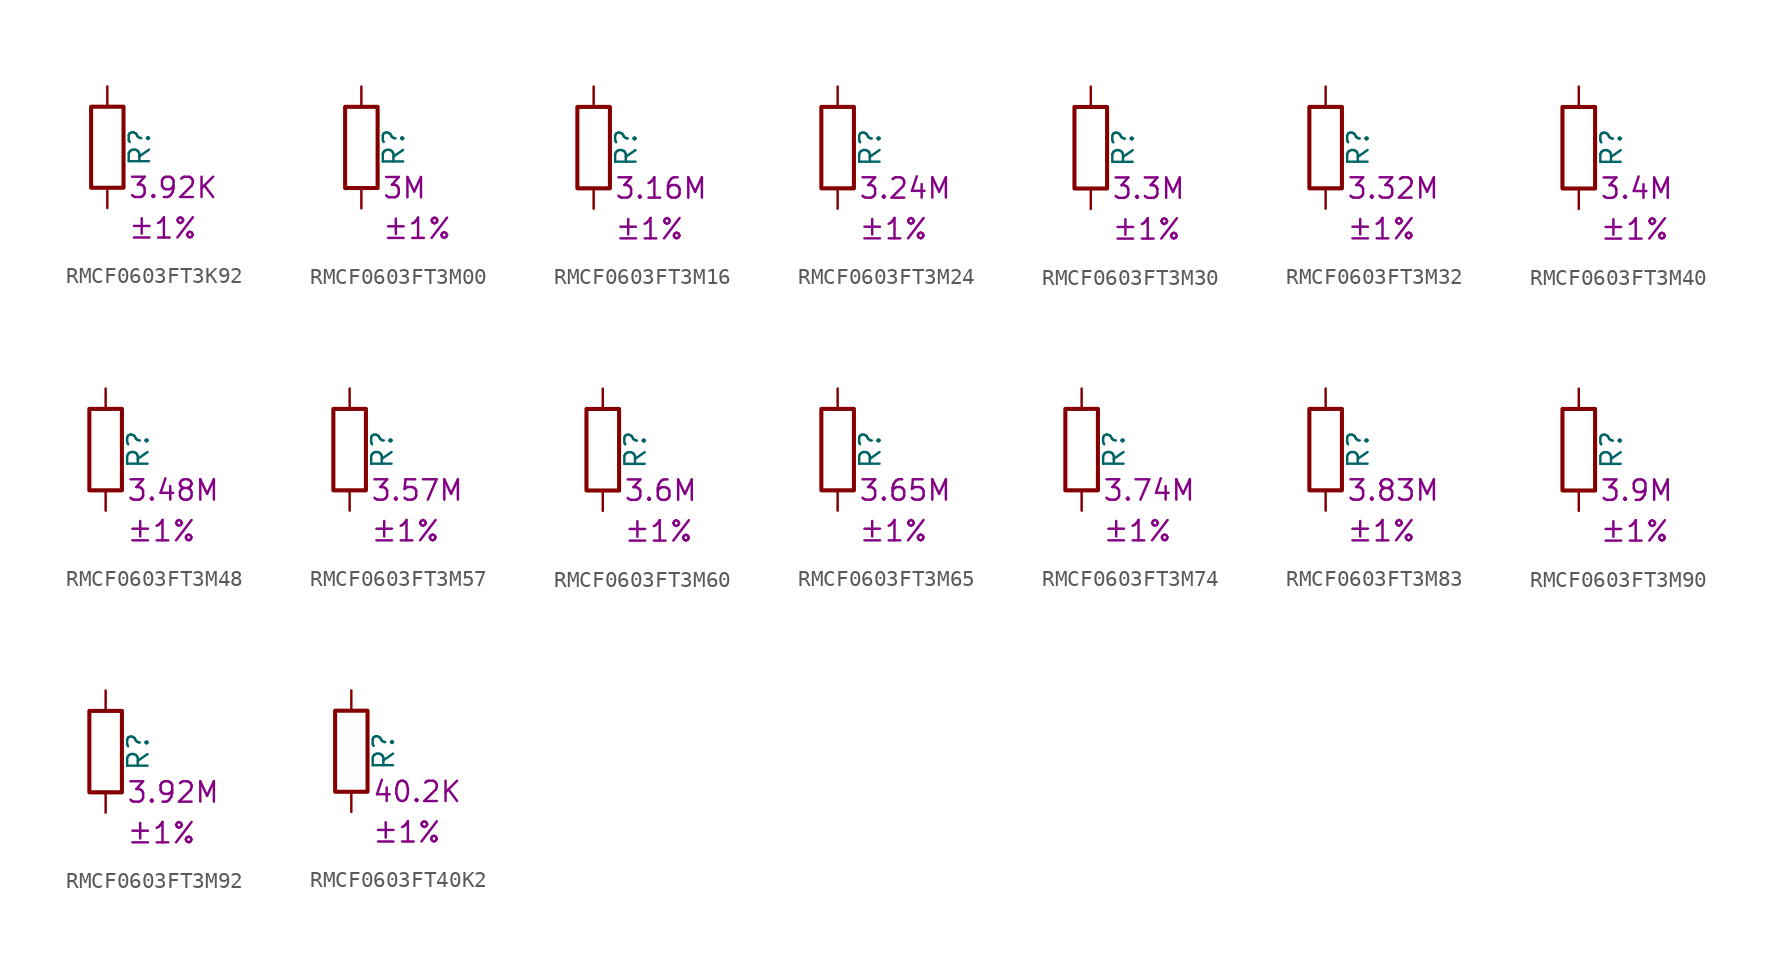
<source format=kicad_sym>
(kicad_symbol_lib
  (version 20220914)
  (generator kicad_symbol_editor)
  (symbol "RMCF0603FT3K92"
    (pin_numbers hide)
    (pin_names
      (offset 0))
    (property "Reference" "R"
      (at 2.032 0 90)
      (effects (font (size 1.27 1.27))))
    (property "Resistance" "3.92K"
      (at 1.27 -2.54 0)
      (effects (font (size 1.27 1.27)) (justify left)))
    (property "Tolerance" "±1%"
      (at 1.27 -5.08 0)
      (effects (font (size 1.27 1.27)) (justify left)))
    (symbol "RMCF0603FT3K92_0_1"
      (rectangle (start -1.016 -2.54) (end 1.016 2.54) (stroke (width 0.254) (type default)) (fill (type none))))
    (symbol "RMCF0603FT3K92_1_1"
      (pin passive line (at 0 3.81 270) (length 1.27) (name "~" (effects (font (size 1.27 1.27)))) (number "1" (effects (font (size 1.27 1.27)))))
      (pin passive line (at 0 -3.81 90) (length 1.27) (name "~" (effects (font (size 1.27 1.27)))) (number "2" (effects (font (size 1.27 1.27)))))))
  (symbol "RMCF0603FT3M00"
    (pin_numbers hide)
    (pin_names
      (offset 0))
    (property "Reference" "R"
      (at 2.032 0 90)
      (effects (font (size 1.27 1.27))))
    (property "Resistance" "3M"
      (at 1.27 -2.54 0)
      (effects (font (size 1.27 1.27)) (justify left)))
    (property "Tolerance" "±1%"
      (at 1.27 -5.08 0)
      (effects (font (size 1.27 1.27)) (justify left)))
    (symbol "RMCF0603FT3M00_0_1"
      (rectangle (start -1.016 -2.54) (end 1.016 2.54) (stroke (width 0.254) (type default)) (fill (type none))))
    (symbol "RMCF0603FT3M00_1_1"
      (pin passive line (at 0 3.81 270) (length 1.27) (name "~" (effects (font (size 1.27 1.27)))) (number "1" (effects (font (size 1.27 1.27)))))
      (pin passive line (at 0 -3.81 90) (length 1.27) (name "~" (effects (font (size 1.27 1.27)))) (number "2" (effects (font (size 1.27 1.27)))))))
  (symbol "RMCF0603FT3M16"
    (pin_numbers hide)
    (pin_names
      (offset 0))
    (property "Reference" "R"
      (at 2.032 0 90)
      (effects (font (size 1.27 1.27))))
    (property "Resistance" "3.16M"
      (at 1.27 -2.54 0)
      (effects (font (size 1.27 1.27)) (justify left)))
    (property "Tolerance" "±1%"
      (at 1.27 -5.08 0)
      (effects (font (size 1.27 1.27)) (justify left)))
    (symbol "RMCF0603FT3M16_0_1"
      (rectangle (start -1.016 -2.54) (end 1.016 2.54) (stroke (width 0.254) (type default)) (fill (type none))))
    (symbol "RMCF0603FT3M16_1_1"
      (pin passive line (at 0 3.81 270) (length 1.27) (name "~" (effects (font (size 1.27 1.27)))) (number "1" (effects (font (size 1.27 1.27)))))
      (pin passive line (at 0 -3.81 90) (length 1.27) (name "~" (effects (font (size 1.27 1.27)))) (number "2" (effects (font (size 1.27 1.27)))))))
  (symbol "RMCF0603FT3M24"
    (pin_numbers hide)
    (pin_names
      (offset 0))
    (property "Reference" "R"
      (at 2.032 0 90)
      (effects (font (size 1.27 1.27))))
    (property "Resistance" "3.24M"
      (at 1.27 -2.54 0)
      (effects (font (size 1.27 1.27)) (justify left)))
    (property "Tolerance" "±1%"
      (at 1.27 -5.08 0)
      (effects (font (size 1.27 1.27)) (justify left)))
    (symbol "RMCF0603FT3M24_0_1"
      (rectangle (start -1.016 -2.54) (end 1.016 2.54) (stroke (width 0.254) (type default)) (fill (type none))))
    (symbol "RMCF0603FT3M24_1_1"
      (pin passive line (at 0 3.81 270) (length 1.27) (name "~" (effects (font (size 1.27 1.27)))) (number "1" (effects (font (size 1.27 1.27)))))
      (pin passive line (at 0 -3.81 90) (length 1.27) (name "~" (effects (font (size 1.27 1.27)))) (number "2" (effects (font (size 1.27 1.27)))))))
  (symbol "RMCF0603FT3M30"
    (pin_numbers hide)
    (pin_names
      (offset 0))
    (property "Reference" "R"
      (at 2.032 0 90)
      (effects (font (size 1.27 1.27))))
    (property "Resistance" "3.3M"
      (at 1.27 -2.54 0)
      (effects (font (size 1.27 1.27)) (justify left)))
    (property "Tolerance" "±1%"
      (at 1.27 -5.08 0)
      (effects (font (size 1.27 1.27)) (justify left)))
    (symbol "RMCF0603FT3M30_0_1"
      (rectangle (start -1.016 -2.54) (end 1.016 2.54) (stroke (width 0.254) (type default)) (fill (type none))))
    (symbol "RMCF0603FT3M30_1_1"
      (pin passive line (at 0 3.81 270) (length 1.27) (name "~" (effects (font (size 1.27 1.27)))) (number "1" (effects (font (size 1.27 1.27)))))
      (pin passive line (at 0 -3.81 90) (length 1.27) (name "~" (effects (font (size 1.27 1.27)))) (number "2" (effects (font (size 1.27 1.27)))))))
  (symbol "RMCF0603FT3M32"
    (pin_numbers hide)
    (pin_names
      (offset 0))
    (property "Reference" "R"
      (at 2.032 0 90)
      (effects (font (size 1.27 1.27))))
    (property "Resistance" "3.32M"
      (at 1.27 -2.54 0)
      (effects (font (size 1.27 1.27)) (justify left)))
    (property "Tolerance" "±1%"
      (at 1.27 -5.08 0)
      (effects (font (size 1.27 1.27)) (justify left)))
    (symbol "RMCF0603FT3M32_0_1"
      (rectangle (start -1.016 -2.54) (end 1.016 2.54) (stroke (width 0.254) (type default)) (fill (type none))))
    (symbol "RMCF0603FT3M32_1_1"
      (pin passive line (at 0 3.81 270) (length 1.27) (name "~" (effects (font (size 1.27 1.27)))) (number "1" (effects (font (size 1.27 1.27)))))
      (pin passive line (at 0 -3.81 90) (length 1.27) (name "~" (effects (font (size 1.27 1.27)))) (number "2" (effects (font (size 1.27 1.27)))))))
  (symbol "RMCF0603FT3M40"
    (pin_numbers hide)
    (pin_names
      (offset 0))
    (property "Reference" "R"
      (at 2.032 0 90)
      (effects (font (size 1.27 1.27))))
    (property "Resistance" "3.4M"
      (at 1.27 -2.54 0)
      (effects (font (size 1.27 1.27)) (justify left)))
    (property "Tolerance" "±1%"
      (at 1.27 -5.08 0)
      (effects (font (size 1.27 1.27)) (justify left)))
    (symbol "RMCF0603FT3M40_0_1"
      (rectangle (start -1.016 -2.54) (end 1.016 2.54) (stroke (width 0.254) (type default)) (fill (type none))))
    (symbol "RMCF0603FT3M40_1_1"
      (pin passive line (at 0 3.81 270) (length 1.27) (name "~" (effects (font (size 1.27 1.27)))) (number "1" (effects (font (size 1.27 1.27)))))
      (pin passive line (at 0 -3.81 90) (length 1.27) (name "~" (effects (font (size 1.27 1.27)))) (number "2" (effects (font (size 1.27 1.27)))))))
  (symbol "RMCF0603FT3M48"
    (pin_numbers hide)
    (pin_names
      (offset 0))
    (property "Reference" "R"
      (at 2.032 0 90)
      (effects (font (size 1.27 1.27))))
    (property "Resistance" "3.48M"
      (at 1.27 -2.54 0)
      (effects (font (size 1.27 1.27)) (justify left)))
    (property "Tolerance" "±1%"
      (at 1.27 -5.08 0)
      (effects (font (size 1.27 1.27)) (justify left)))
    (symbol "RMCF0603FT3M48_0_1"
      (rectangle (start -1.016 -2.54) (end 1.016 2.54) (stroke (width 0.254) (type default)) (fill (type none))))
    (symbol "RMCF0603FT3M48_1_1"
      (pin passive line (at 0 3.81 270) (length 1.27) (name "~" (effects (font (size 1.27 1.27)))) (number "1" (effects (font (size 1.27 1.27)))))
      (pin passive line (at 0 -3.81 90) (length 1.27) (name "~" (effects (font (size 1.27 1.27)))) (number "2" (effects (font (size 1.27 1.27)))))))
  (symbol "RMCF0603FT3M57"
    (pin_numbers hide)
    (pin_names
      (offset 0))
    (property "Reference" "R"
      (at 2.032 0 90)
      (effects (font (size 1.27 1.27))))
    (property "Resistance" "3.57M"
      (at 1.27 -2.54 0)
      (effects (font (size 1.27 1.27)) (justify left)))
    (property "Tolerance" "±1%"
      (at 1.27 -5.08 0)
      (effects (font (size 1.27 1.27)) (justify left)))
    (symbol "RMCF0603FT3M57_0_1"
      (rectangle (start -1.016 -2.54) (end 1.016 2.54) (stroke (width 0.254) (type default)) (fill (type none))))
    (symbol "RMCF0603FT3M57_1_1"
      (pin passive line (at 0 3.81 270) (length 1.27) (name "~" (effects (font (size 1.27 1.27)))) (number "1" (effects (font (size 1.27 1.27)))))
      (pin passive line (at 0 -3.81 90) (length 1.27) (name "~" (effects (font (size 1.27 1.27)))) (number "2" (effects (font (size 1.27 1.27)))))))
  (symbol "RMCF0603FT3M60"
    (pin_numbers hide)
    (pin_names
      (offset 0))
    (property "Reference" "R"
      (at 2.032 0 90)
      (effects (font (size 1.27 1.27))))
    (property "Resistance" "3.6M"
      (at 1.27 -2.54 0)
      (effects (font (size 1.27 1.27)) (justify left)))
    (property "Tolerance" "±1%"
      (at 1.27 -5.08 0)
      (effects (font (size 1.27 1.27)) (justify left)))
    (symbol "RMCF0603FT3M60_0_1"
      (rectangle (start -1.016 -2.54) (end 1.016 2.54) (stroke (width 0.254) (type default)) (fill (type none))))
    (symbol "RMCF0603FT3M60_1_1"
      (pin passive line (at 0 3.81 270) (length 1.27) (name "~" (effects (font (size 1.27 1.27)))) (number "1" (effects (font (size 1.27 1.27)))))
      (pin passive line (at 0 -3.81 90) (length 1.27) (name "~" (effects (font (size 1.27 1.27)))) (number "2" (effects (font (size 1.27 1.27)))))))
  (symbol "RMCF0603FT3M65"
    (pin_numbers hide)
    (pin_names
      (offset 0))
    (property "Reference" "R"
      (at 2.032 0 90)
      (effects (font (size 1.27 1.27))))
    (property "Resistance" "3.65M"
      (at 1.27 -2.54 0)
      (effects (font (size 1.27 1.27)) (justify left)))
    (property "Tolerance" "±1%"
      (at 1.27 -5.08 0)
      (effects (font (size 1.27 1.27)) (justify left)))
    (symbol "RMCF0603FT3M65_0_1"
      (rectangle (start -1.016 -2.54) (end 1.016 2.54) (stroke (width 0.254) (type default)) (fill (type none))))
    (symbol "RMCF0603FT3M65_1_1"
      (pin passive line (at 0 3.81 270) (length 1.27) (name "~" (effects (font (size 1.27 1.27)))) (number "1" (effects (font (size 1.27 1.27)))))
      (pin passive line (at 0 -3.81 90) (length 1.27) (name "~" (effects (font (size 1.27 1.27)))) (number "2" (effects (font (size 1.27 1.27)))))))
  (symbol "RMCF0603FT3M74"
    (pin_numbers hide)
    (pin_names
      (offset 0))
    (property "Reference" "R"
      (at 2.032 0 90)
      (effects (font (size 1.27 1.27))))
    (property "Resistance" "3.74M"
      (at 1.27 -2.54 0)
      (effects (font (size 1.27 1.27)) (justify left)))
    (property "Tolerance" "±1%"
      (at 1.27 -5.08 0)
      (effects (font (size 1.27 1.27)) (justify left)))
    (symbol "RMCF0603FT3M74_0_1"
      (rectangle (start -1.016 -2.54) (end 1.016 2.54) (stroke (width 0.254) (type default)) (fill (type none))))
    (symbol "RMCF0603FT3M74_1_1"
      (pin passive line (at 0 3.81 270) (length 1.27) (name "~" (effects (font (size 1.27 1.27)))) (number "1" (effects (font (size 1.27 1.27)))))
      (pin passive line (at 0 -3.81 90) (length 1.27) (name "~" (effects (font (size 1.27 1.27)))) (number "2" (effects (font (size 1.27 1.27)))))))
  (symbol "RMCF0603FT3M83"
    (pin_numbers hide)
    (pin_names
      (offset 0))
    (property "Reference" "R"
      (at 2.032 0 90)
      (effects (font (size 1.27 1.27))))
    (property "Resistance" "3.83M"
      (at 1.27 -2.54 0)
      (effects (font (size 1.27 1.27)) (justify left)))
    (property "Tolerance" "±1%"
      (at 1.27 -5.08 0)
      (effects (font (size 1.27 1.27)) (justify left)))
    (symbol "RMCF0603FT3M83_0_1"
      (rectangle (start -1.016 -2.54) (end 1.016 2.54) (stroke (width 0.254) (type default)) (fill (type none))))
    (symbol "RMCF0603FT3M83_1_1"
      (pin passive line (at 0 3.81 270) (length 1.27) (name "~" (effects (font (size 1.27 1.27)))) (number "1" (effects (font (size 1.27 1.27)))))
      (pin passive line (at 0 -3.81 90) (length 1.27) (name "~" (effects (font (size 1.27 1.27)))) (number "2" (effects (font (size 1.27 1.27)))))))
  (symbol "RMCF0603FT3M90"
    (pin_numbers hide)
    (pin_names
      (offset 0))
    (property "Reference" "R"
      (at 2.032 0 90)
      (effects (font (size 1.27 1.27))))
    (property "Resistance" "3.9M"
      (at 1.27 -2.54 0)
      (effects (font (size 1.27 1.27)) (justify left)))
    (property "Tolerance" "±1%"
      (at 1.27 -5.08 0)
      (effects (font (size 1.27 1.27)) (justify left)))
    (symbol "RMCF0603FT3M90_0_1"
      (rectangle (start -1.016 -2.54) (end 1.016 2.54) (stroke (width 0.254) (type default)) (fill (type none))))
    (symbol "RMCF0603FT3M90_1_1"
      (pin passive line (at 0 3.81 270) (length 1.27) (name "~" (effects (font (size 1.27 1.27)))) (number "1" (effects (font (size 1.27 1.27)))))
      (pin passive line (at 0 -3.81 90) (length 1.27) (name "~" (effects (font (size 1.27 1.27)))) (number "2" (effects (font (size 1.27 1.27)))))))
  (symbol "RMCF0603FT3M92"
    (pin_numbers hide)
    (pin_names
      (offset 0))
    (property "Reference" "R"
      (at 2.032 0 90)
      (effects (font (size 1.27 1.27))))
    (property "Resistance" "3.92M"
      (at 1.27 -2.54 0)
      (effects (font (size 1.27 1.27)) (justify left)))
    (property "Tolerance" "±1%"
      (at 1.27 -5.08 0)
      (effects (font (size 1.27 1.27)) (justify left)))
    (symbol "RMCF0603FT3M92_0_1"
      (rectangle (start -1.016 -2.54) (end 1.016 2.54) (stroke (width 0.254) (type default)) (fill (type none))))
    (symbol "RMCF0603FT3M92_1_1"
      (pin passive line (at 0 3.81 270) (length 1.27) (name "~" (effects (font (size 1.27 1.27)))) (number "1" (effects (font (size 1.27 1.27)))))
      (pin passive line (at 0 -3.81 90) (length 1.27) (name "~" (effects (font (size 1.27 1.27)))) (number "2" (effects (font (size 1.27 1.27)))))))
  (symbol "RMCF0603FT40K2"
    (pin_numbers hide)
    (pin_names
      (offset 0))
    (property "Reference" "R"
      (at 2.032 0 90)
      (effects (font (size 1.27 1.27))))
    (property "Resistance" "40.2K"
      (at 1.27 -2.54 0)
      (effects (font (size 1.27 1.27)) (justify left)))
    (property "Tolerance" "±1%"
      (at 1.27 -5.08 0)
      (effects (font (size 1.27 1.27)) (justify left)))
    (symbol "RMCF0603FT40K2_0_1"
      (rectangle (start -1.016 -2.54) (end 1.016 2.54) (stroke (width 0.254) (type default)) (fill (type none))))
    (symbol "RMCF0603FT40K2_1_1"
      (pin passive line (at 0 3.81 270) (length 1.27) (name "~" (effects (font (size 1.27 1.27)))) (number "1" (effects (font (size 1.27 1.27)))))
      (pin passive line (at 0 -3.81 90) (length 1.27) (name "~" (effects (font (size 1.27 1.27)))) (number "2" (effects (font (size 1.27 1.27))))))))
</source>
